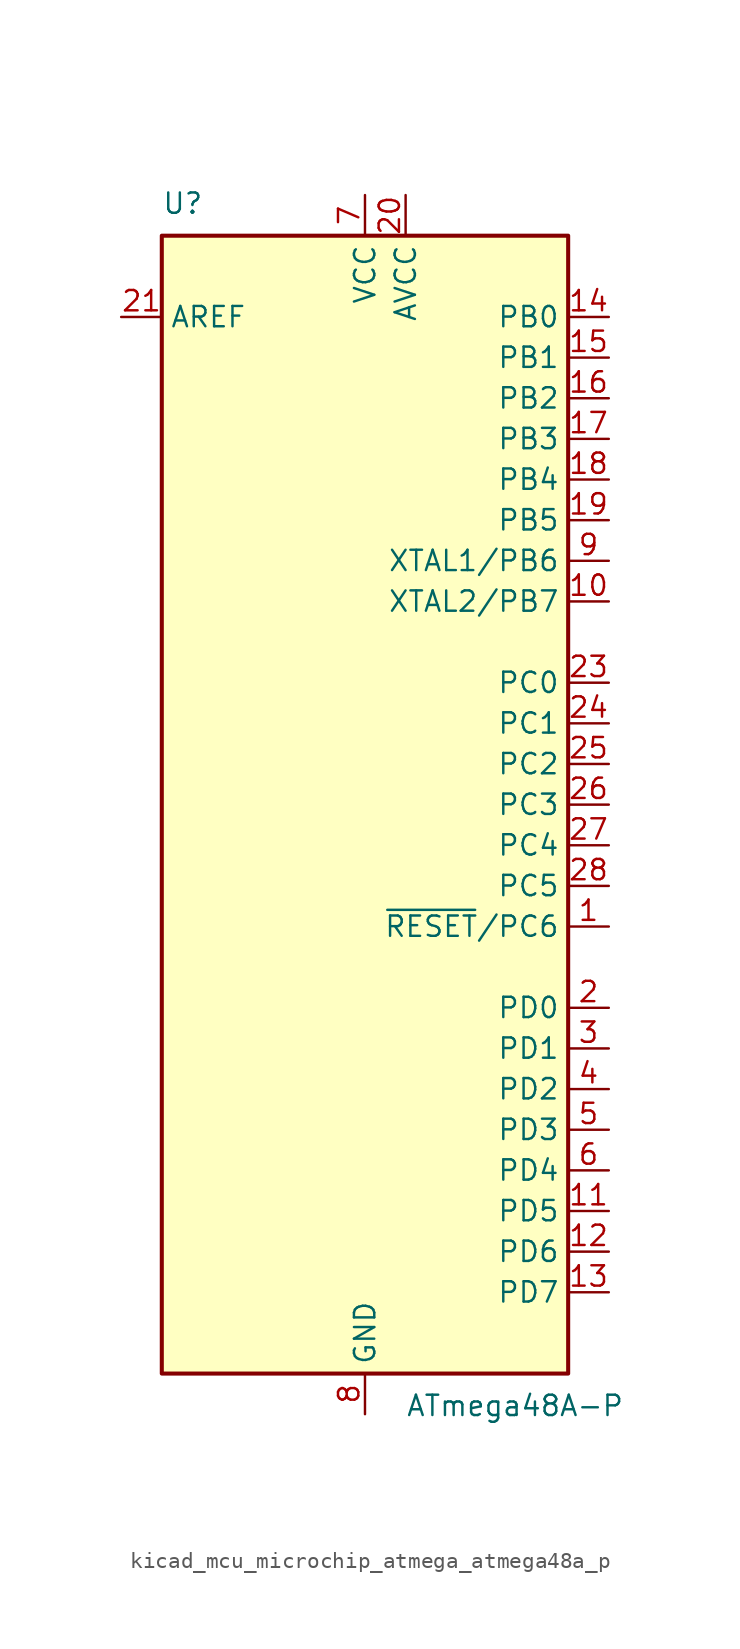
<source format=kicad_sym>
(kicad_symbol_lib
  (version 20220914)
  (generator kicad_symbol_editor)
  (symbol "kicad_mcu_microchip_atmega_atmega48a_p"
    (property "Reference" "U"
      (at -12.7 36.83 0)
      (effects (font (size 1.27 1.27)) (justify left bottom)))
    (property "Value" "ATmega48A-P"
      (at 2.54 -36.83 0)
      (effects (font (size 1.27 1.27)) (justify left top)))
    (symbol "kicad_mcu_microchip_atmega_atmega48a_p_0_1"
      (rectangle (start -12.7 -35.56) (end 12.7 35.56) (stroke (width 0.254) (type default)) (fill (type background))))
    (symbol "kicad_mcu_microchip_atmega_atmega48a_p_1_1"
      (pin bidirectional line (at 15.24 -7.62 180) (length 2.54) (name "~{RESET}/PC6" (effects (font (size 1.27 1.27)))) (number "1" (effects (font (size 1.27 1.27)))))
      (pin bidirectional line (at 15.24 12.7 180) (length 2.54) (name "XTAL2/PB7" (effects (font (size 1.27 1.27)))) (number "10" (effects (font (size 1.27 1.27)))))
      (pin bidirectional line (at 15.24 -25.4 180) (length 2.54) (name "PD5" (effects (font (size 1.27 1.27)))) (number "11" (effects (font (size 1.27 1.27)))))
      (pin bidirectional line (at 15.24 -27.94 180) (length 2.54) (name "PD6" (effects (font (size 1.27 1.27)))) (number "12" (effects (font (size 1.27 1.27)))))
      (pin bidirectional line (at 15.24 -30.48 180) (length 2.54) (name "PD7" (effects (font (size 1.27 1.27)))) (number "13" (effects (font (size 1.27 1.27)))))
      (pin bidirectional line (at 15.24 30.48 180) (length 2.54) (name "PB0" (effects (font (size 1.27 1.27)))) (number "14" (effects (font (size 1.27 1.27)))))
      (pin bidirectional line (at 15.24 27.94 180) (length 2.54) (name "PB1" (effects (font (size 1.27 1.27)))) (number "15" (effects (font (size 1.27 1.27)))))
      (pin bidirectional line (at 15.24 25.4 180) (length 2.54) (name "PB2" (effects (font (size 1.27 1.27)))) (number "16" (effects (font (size 1.27 1.27)))))
      (pin bidirectional line (at 15.24 22.86 180) (length 2.54) (name "PB3" (effects (font (size 1.27 1.27)))) (number "17" (effects (font (size 1.27 1.27)))))
      (pin bidirectional line (at 15.24 20.32 180) (length 2.54) (name "PB4" (effects (font (size 1.27 1.27)))) (number "18" (effects (font (size 1.27 1.27)))))
      (pin bidirectional line (at 15.24 17.78 180) (length 2.54) (name "PB5" (effects (font (size 1.27 1.27)))) (number "19" (effects (font (size 1.27 1.27)))))
      (pin bidirectional line (at 15.24 -12.7 180) (length 2.54) (name "PD0" (effects (font (size 1.27 1.27)))) (number "2" (effects (font (size 1.27 1.27)))))
      (pin power_in line (at 2.54 38.1 270) (length 2.54) (name "AVCC" (effects (font (size 1.27 1.27)))) (number "20" (effects (font (size 1.27 1.27)))))
      (pin passive line (at -15.24 30.48 0) (length 2.54) (name "AREF" (effects (font (size 1.27 1.27)))) (number "21" (effects (font (size 1.27 1.27)))))
      (pin passive line (at 0 -38.1 90) (length 2.54) hide (name "GND" (effects (font (size 1.27 1.27)))) (number "22" (effects (font (size 1.27 1.27)))))
      (pin bidirectional line (at 15.24 7.62 180) (length 2.54) (name "PC0" (effects (font (size 1.27 1.27)))) (number "23" (effects (font (size 1.27 1.27)))))
      (pin bidirectional line (at 15.24 5.08 180) (length 2.54) (name "PC1" (effects (font (size 1.27 1.27)))) (number "24" (effects (font (size 1.27 1.27)))))
      (pin bidirectional line (at 15.24 2.54 180) (length 2.54) (name "PC2" (effects (font (size 1.27 1.27)))) (number "25" (effects (font (size 1.27 1.27)))))
      (pin bidirectional line (at 15.24 0 180) (length 2.54) (name "PC3" (effects (font (size 1.27 1.27)))) (number "26" (effects (font (size 1.27 1.27)))))
      (pin bidirectional line (at 15.24 -2.54 180) (length 2.54) (name "PC4" (effects (font (size 1.27 1.27)))) (number "27" (effects (font (size 1.27 1.27)))))
      (pin bidirectional line (at 15.24 -5.08 180) (length 2.54) (name "PC5" (effects (font (size 1.27 1.27)))) (number "28" (effects (font (size 1.27 1.27)))))
      (pin bidirectional line (at 15.24 -15.24 180) (length 2.54) (name "PD1" (effects (font (size 1.27 1.27)))) (number "3" (effects (font (size 1.27 1.27)))))
      (pin bidirectional line (at 15.24 -17.78 180) (length 2.54) (name "PD2" (effects (font (size 1.27 1.27)))) (number "4" (effects (font (size 1.27 1.27)))))
      (pin bidirectional line (at 15.24 -20.32 180) (length 2.54) (name "PD3" (effects (font (size 1.27 1.27)))) (number "5" (effects (font (size 1.27 1.27)))))
      (pin bidirectional line (at 15.24 -22.86 180) (length 2.54) (name "PD4" (effects (font (size 1.27 1.27)))) (number "6" (effects (font (size 1.27 1.27)))))
      (pin power_in line (at 0 38.1 270) (length 2.54) (name "VCC" (effects (font (size 1.27 1.27)))) (number "7" (effects (font (size 1.27 1.27)))))
      (pin power_in line (at 0 -38.1 90) (length 2.54) (name "GND" (effects (font (size 1.27 1.27)))) (number "8" (effects (font (size 1.27 1.27)))))
      (pin bidirectional line (at 15.24 15.24 180) (length 2.54) (name "XTAL1/PB6" (effects (font (size 1.27 1.27)))) (number "9" (effects (font (size 1.27 1.27))))))))
</source>
